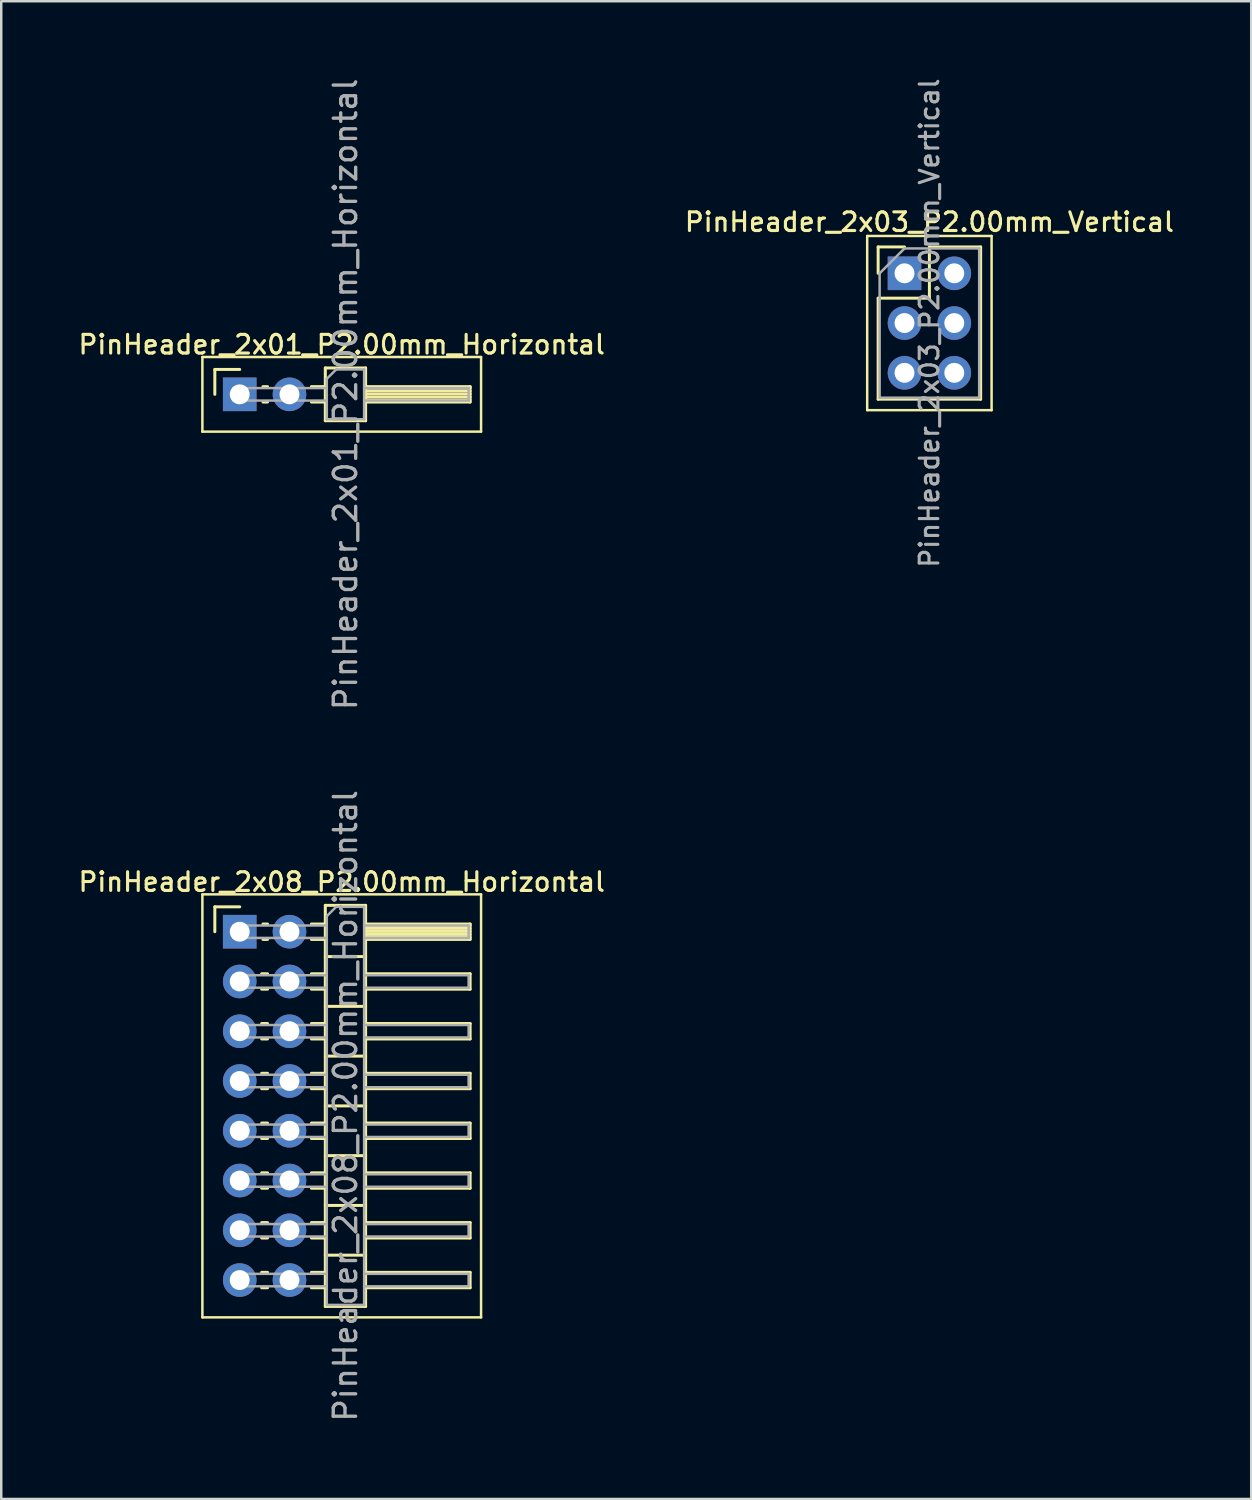
<source format=kicad_pcb>
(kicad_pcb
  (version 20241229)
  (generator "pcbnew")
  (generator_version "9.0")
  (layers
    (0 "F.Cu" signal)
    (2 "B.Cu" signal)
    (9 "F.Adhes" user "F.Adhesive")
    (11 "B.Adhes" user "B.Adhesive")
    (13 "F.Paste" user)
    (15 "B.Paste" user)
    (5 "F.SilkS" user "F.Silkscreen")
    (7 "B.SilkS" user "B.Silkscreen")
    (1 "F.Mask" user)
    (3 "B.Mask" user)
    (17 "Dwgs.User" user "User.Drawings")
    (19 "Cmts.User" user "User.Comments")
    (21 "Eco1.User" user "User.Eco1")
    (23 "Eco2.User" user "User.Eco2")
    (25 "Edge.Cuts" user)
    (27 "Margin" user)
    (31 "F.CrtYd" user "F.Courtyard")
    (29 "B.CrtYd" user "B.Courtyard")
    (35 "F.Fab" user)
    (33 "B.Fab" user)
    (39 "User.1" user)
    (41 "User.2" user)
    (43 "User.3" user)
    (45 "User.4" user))
  (footprint "PinHeader_2x03_P2.00mm_Vertical"
    (layer "F.Cu")
    (at 33.302 7.934)
    (property "Reference" "PinHeader_2x03_P2.00mm_Vertical" (at 1 -2.06 0) (layer "F.SilkS") (effects (font (size 0.75 0.75) (thickness 0.125))))
    (attr through_hole)
    (fp_line (start -1.5 -1.5) (end -1.5 5.5) (stroke (width 0.1) (type solid)) (layer "F.SilkS"))
    (fp_line (start -1.5 5.5) (end 3.5 5.5) (stroke (width 0.1) (type solid)) (layer "F.SilkS"))
    (fp_line (start -1.06 -1.06) (end 0 -1.06) (stroke (width 0.12) (type solid)) (layer "F.SilkS"))
    (fp_line (start -1.06 0) (end -1.06 -1.06) (stroke (width 0.12) (type solid)) (layer "F.SilkS"))
    (fp_line (start -1.06 1) (end -1.06 5.06) (stroke (width 0.12) (type solid)) (layer "F.SilkS"))
    (fp_line (start -1.06 1) (end 1 1) (stroke (width 0.12) (type solid)) (layer "F.SilkS"))
    (fp_line (start -1.06 5.06) (end 3.06 5.06) (stroke (width 0.12) (type solid)) (layer "F.SilkS"))
    (fp_line (start 1 -1.06) (end 3.06 -1.06) (stroke (width 0.12) (type solid)) (layer "F.SilkS"))
    (fp_line (start 1 1) (end 1 -1.06) (stroke (width 0.12) (type solid)) (layer "F.SilkS"))
    (fp_line (start 3.06 -1.06) (end 3.06 5.06) (stroke (width 0.12) (type solid)) (layer "F.SilkS"))
    (fp_line (start 3.5 -1.5) (end -1.5 -1.5) (stroke (width 0.1) (type solid)) (layer "F.SilkS"))
    (fp_line (start 3.5 5.5) (end 3.5 -1.5) (stroke (width 0.1) (type solid)) (layer "F.SilkS"))
    (fp_line (start -1 0) (end 0 -1) (stroke (width 0.1) (type solid)) (layer "F.Fab"))
    (fp_line (start -1 5) (end -1 0) (stroke (width 0.1) (type solid)) (layer "F.Fab"))
    (fp_line (start 0 -1) (end 3 -1) (stroke (width 0.1) (type solid)) (layer "F.Fab"))
    (fp_line (start 3 -1) (end 3 5) (stroke (width 0.1) (type solid)) (layer "F.Fab"))
    (fp_line (start 3 5) (end -1 5) (stroke (width 0.1) (type solid)) (layer "F.Fab"))
    (fp_text user "${REFERENCE}" (at 1 2 90) (layer "F.Fab") (effects (font (size 0.75 0.75) (thickness 0.125))))
    (pad "1" thru_hole rect (at 0 0) (size 1.35 1.35) (drill 0.8) (layers "*.Cu" "*.Mask"))
    (pad "2" thru_hole oval (at 2 0) (size 1.35 1.35) (drill 0.8) (layers "*.Cu" "*.Mask"))
    (pad "3" thru_hole oval (at 0 2) (size 1.35 1.35) (drill 0.8) (layers "*.Cu" "*.Mask"))
    (pad "4" thru_hole oval (at 2 2) (size 1.35 1.35) (drill 0.8) (layers "*.Cu" "*.Mask"))
    (pad "5" thru_hole oval (at 0 4) (size 1.35 1.35) (drill 0.8) (layers "*.Cu" "*.Mask"))
    (pad "6" thru_hole oval (at 2 4) (size 1.35 1.35) (drill 0.8) (layers "*.Cu" "*.Mask")))
  (footprint "PinHeader_2x01_P2.00mm_Horizontal"
    (layer "F.Cu")
    (at 6.584 12.798)
    (property "Reference" "PinHeader_2x01_P2.00mm_Horizontal" (at 4.1 -2 0) (layer "F.SilkS") (effects (font (size 0.75 0.75) (thickness 0.125))))
    (attr through_hole)
    (fp_line (start -1.5 -1.5) (end -1.5 1.5) (stroke (width 0.1) (type solid)) (layer "F.SilkS"))
    (fp_line (start -1.5 1.5) (end 9.7 1.5) (stroke (width 0.1) (type solid)) (layer "F.SilkS"))
    (fp_line (start -1 -1) (end 0 -1) (stroke (width 0.12) (type solid)) (layer "F.SilkS"))
    (fp_line (start -1 0) (end -1 -1) (stroke (width 0.12) (type solid)) (layer "F.SilkS"))
    (fp_line (start 0.935 -0.31) (end 1.118 -0.31) (stroke (width 0.12) (type solid)) (layer "F.SilkS"))
    (fp_line (start 0.935 0.31) (end 1.118 0.31) (stroke (width 0.12) (type solid)) (layer "F.SilkS"))
    (fp_line (start 2.882 -0.31) (end 3.44 -0.31) (stroke (width 0.12) (type solid)) (layer "F.SilkS"))
    (fp_line (start 2.882 0.31) (end 3.44 0.31) (stroke (width 0.12) (type solid)) (layer "F.SilkS"))
    (fp_line (start 3.44 -1.06) (end 3.44 1.06) (stroke (width 0.12) (type solid)) (layer "F.SilkS"))
    (fp_line (start 3.44 1.06) (end 5.06 1.06) (stroke (width 0.12) (type solid)) (layer "F.SilkS"))
    (fp_line (start 5.06 -1.06) (end 3.44 -1.06) (stroke (width 0.12) (type solid)) (layer "F.SilkS"))
    (fp_line (start 5.06 -0.31) (end 9.26 -0.31) (stroke (width 0.12) (type solid)) (layer "F.SilkS"))
    (fp_line (start 5.06 -0.25) (end 9.26 -0.25) (stroke (width 0.12) (type solid)) (layer "F.SilkS"))
    (fp_line (start 5.06 -0.13) (end 9.26 -0.13) (stroke (width 0.12) (type solid)) (layer "F.SilkS"))
    (fp_line (start 5.06 -0.01) (end 9.26 -0.01) (stroke (width 0.12) (type solid)) (layer "F.SilkS"))
    (fp_line (start 5.06 0.11) (end 9.26 0.11) (stroke (width 0.12) (type solid)) (layer "F.SilkS"))
    (fp_line (start 5.06 0.23) (end 9.26 0.23) (stroke (width 0.12) (type solid)) (layer "F.SilkS"))
    (fp_line (start 5.06 1.06) (end 5.06 -1.06) (stroke (width 0.12) (type solid)) (layer "F.SilkS"))
    (fp_line (start 9.26 -0.31) (end 9.26 0.31) (stroke (width 0.12) (type solid)) (layer "F.SilkS"))
    (fp_line (start 9.26 0.31) (end 5.06 0.31) (stroke (width 0.12) (type solid)) (layer "F.SilkS"))
    (fp_line (start 9.7 -1.5) (end -1.5 -1.5) (stroke (width 0.1) (type solid)) (layer "F.SilkS"))
    (fp_line (start 9.7 1.5) (end 9.7 -1.5) (stroke (width 0.1) (type solid)) (layer "F.SilkS"))
    (fp_line (start -0.25 -0.25) (end -0.25 0.25) (stroke (width 0.1) (type solid)) (layer "F.Fab"))
    (fp_line (start -0.25 -0.25) (end 3.5 -0.25) (stroke (width 0.1) (type solid)) (layer "F.Fab"))
    (fp_line (start -0.25 0.25) (end 3.5 0.25) (stroke (width 0.1) (type solid)) (layer "F.Fab"))
    (fp_line (start 3.5 -0.625) (end 3.875 -1) (stroke (width 0.1) (type solid)) (layer "F.Fab"))
    (fp_line (start 3.5 1) (end 3.5 -0.625) (stroke (width 0.1) (type solid)) (layer "F.Fab"))
    (fp_line (start 3.875 -1) (end 5 -1) (stroke (width 0.1) (type solid)) (layer "F.Fab"))
    (fp_line (start 5 -1) (end 5 1) (stroke (width 0.1) (type solid)) (layer "F.Fab"))
    (fp_line (start 5 -0.25) (end 9.2 -0.25) (stroke (width 0.1) (type solid)) (layer "F.Fab"))
    (fp_line (start 5 0.25) (end 9.2 0.25) (stroke (width 0.1) (type solid)) (layer "F.Fab"))
    (fp_line (start 5 1) (end 3.5 1) (stroke (width 0.1) (type solid)) (layer "F.Fab"))
    (fp_line (start 9.2 -0.25) (end 9.2 0.25) (stroke (width 0.1) (type solid)) (layer "F.Fab"))
    (fp_text user "${REFERENCE}" (at 4.25 0 90) (layer "F.Fab") (effects (font (size 0.9 0.9) (thickness 0.135))))
    (pad "1" thru_hole rect (at 0 0) (size 1.35 1.35) (drill 0.8) (layers "*.Cu" "*.Mask"))
    (pad "2" thru_hole oval (at 2 0) (size 1.35 1.35) (drill 0.8) (layers "*.Cu" "*.Mask")))
  (footprint "PinHeader_2x08_P2.00mm_Horizontal"
    (layer "F.Cu")
    (at 6.584 34.395)
    (property "Reference" "PinHeader_2x08_P2.00mm_Horizontal" (at 4.1 -2 0) (layer "F.SilkS") (effects (font (size 0.75 0.75) (thickness 0.125))))
    (attr through_hole)
    (fp_line (start -1.5 -1.5) (end -1.5 15.5) (stroke (width 0.1) (type solid)) (layer "F.SilkS"))
    (fp_line (start -1.5 15.5) (end 9.7 15.5) (stroke (width 0.1) (type solid)) (layer "F.SilkS"))
    (fp_line (start -1 -1) (end 0 -1) (stroke (width 0.12) (type solid)) (layer "F.SilkS"))
    (fp_line (start -1 0) (end -1 -1) (stroke (width 0.12) (type solid)) (layer "F.SilkS"))
    (fp_line (start 0.882 1.69) (end 1.118 1.69) (stroke (width 0.12) (type solid)) (layer "F.SilkS"))
    (fp_line (start 0.882 2.31) (end 1.118 2.31) (stroke (width 0.12) (type solid)) (layer "F.SilkS"))
    (fp_line (start 0.882 3.69) (end 1.118 3.69) (stroke (width 0.12) (type solid)) (layer "F.SilkS"))
    (fp_line (start 0.882 4.31) (end 1.118 4.31) (stroke (width 0.12) (type solid)) (layer "F.SilkS"))
    (fp_line (start 0.882 5.69) (end 1.118 5.69) (stroke (width 0.12) (type solid)) (layer "F.SilkS"))
    (fp_line (start 0.882 6.31) (end 1.118 6.31) (stroke (width 0.12) (type solid)) (layer "F.SilkS"))
    (fp_line (start 0.882 7.69) (end 1.118 7.69) (stroke (width 0.12) (type solid)) (layer "F.SilkS"))
    (fp_line (start 0.882 8.31) (end 1.118 8.31) (stroke (width 0.12) (type solid)) (layer "F.SilkS"))
    (fp_line (start 0.882 9.69) (end 1.118 9.69) (stroke (width 0.12) (type solid)) (layer "F.SilkS"))
    (fp_line (start 0.882 10.31) (end 1.118 10.31) (stroke (width 0.12) (type solid)) (layer "F.SilkS"))
    (fp_line (start 0.882 11.69) (end 1.118 11.69) (stroke (width 0.12) (type solid)) (layer "F.SilkS"))
    (fp_line (start 0.882 12.31) (end 1.118 12.31) (stroke (width 0.12) (type solid)) (layer "F.SilkS"))
    (fp_line (start 0.882 13.69) (end 1.118 13.69) (stroke (width 0.12) (type solid)) (layer "F.SilkS"))
    (fp_line (start 0.882 14.31) (end 1.118 14.31) (stroke (width 0.12) (type solid)) (layer "F.SilkS"))
    (fp_line (start 0.935 -0.31) (end 1.118 -0.31) (stroke (width 0.12) (type solid)) (layer "F.SilkS"))
    (fp_line (start 0.935 0.31) (end 1.118 0.31) (stroke (width 0.12) (type solid)) (layer "F.SilkS"))
    (fp_line (start 2.882 -0.31) (end 3.44 -0.31) (stroke (width 0.12) (type solid)) (layer "F.SilkS"))
    (fp_line (start 2.882 0.31) (end 3.44 0.31) (stroke (width 0.12) (type solid)) (layer "F.SilkS"))
    (fp_line (start 2.882 1.69) (end 3.44 1.69) (stroke (width 0.12) (type solid)) (layer "F.SilkS"))
    (fp_line (start 2.882 2.31) (end 3.44 2.31) (stroke (width 0.12) (type solid)) (layer "F.SilkS"))
    (fp_line (start 2.882 3.69) (end 3.44 3.69) (stroke (width 0.12) (type solid)) (layer "F.SilkS"))
    (fp_line (start 2.882 4.31) (end 3.44 4.31) (stroke (width 0.12) (type solid)) (layer "F.SilkS"))
    (fp_line (start 2.882 5.69) (end 3.44 5.69) (stroke (width 0.12) (type solid)) (layer "F.SilkS"))
    (fp_line (start 2.882 6.31) (end 3.44 6.31) (stroke (width 0.12) (type solid)) (layer "F.SilkS"))
    (fp_line (start 2.882 7.69) (end 3.44 7.69) (stroke (width 0.12) (type solid)) (layer "F.SilkS"))
    (fp_line (start 2.882 8.31) (end 3.44 8.31) (stroke (width 0.12) (type solid)) (layer "F.SilkS"))
    (fp_line (start 2.882 9.69) (end 3.44 9.69) (stroke (width 0.12) (type solid)) (layer "F.SilkS"))
    (fp_line (start 2.882 10.31) (end 3.44 10.31) (stroke (width 0.12) (type solid)) (layer "F.SilkS"))
    (fp_line (start 2.882 11.69) (end 3.44 11.69) (stroke (width 0.12) (type solid)) (layer "F.SilkS"))
    (fp_line (start 2.882 12.31) (end 3.44 12.31) (stroke (width 0.12) (type solid)) (layer "F.SilkS"))
    (fp_line (start 2.882 13.69) (end 3.44 13.69) (stroke (width 0.12) (type solid)) (layer "F.SilkS"))
    (fp_line (start 2.882 14.31) (end 3.44 14.31) (stroke (width 0.12) (type solid)) (layer "F.SilkS"))
    (fp_line (start 3.44 -1.06) (end 3.44 15.06) (stroke (width 0.12) (type solid)) (layer "F.SilkS"))
    (fp_line (start 3.44 1) (end 5.06 1) (stroke (width 0.12) (type solid)) (layer "F.SilkS"))
    (fp_line (start 3.44 3) (end 5.06 3) (stroke (width 0.12) (type solid)) (layer "F.SilkS"))
    (fp_line (start 3.44 5) (end 5.06 5) (stroke (width 0.12) (type solid)) (layer "F.SilkS"))
    (fp_line (start 3.44 7) (end 5.06 7) (stroke (width 0.12) (type solid)) (layer "F.SilkS"))
    (fp_line (start 3.44 9) (end 5.06 9) (stroke (width 0.12) (type solid)) (layer "F.SilkS"))
    (fp_line (start 3.44 11) (end 5.06 11) (stroke (width 0.12) (type solid)) (layer "F.SilkS"))
    (fp_line (start 3.44 13) (end 5.06 13) (stroke (width 0.12) (type solid)) (layer "F.SilkS"))
    (fp_line (start 3.44 15.06) (end 5.06 15.06) (stroke (width 0.12) (type solid)) (layer "F.SilkS"))
    (fp_line (start 5.06 -1.06) (end 3.44 -1.06) (stroke (width 0.12) (type solid)) (layer "F.SilkS"))
    (fp_line (start 5.06 -0.31) (end 9.26 -0.31) (stroke (width 0.12) (type solid)) (layer "F.SilkS"))
    (fp_line (start 5.06 -0.25) (end 9.26 -0.25) (stroke (width 0.12) (type solid)) (layer "F.SilkS"))
    (fp_line (start 5.06 -0.13) (end 9.26 -0.13) (stroke (width 0.12) (type solid)) (layer "F.SilkS"))
    (fp_line (start 5.06 -0.01) (end 9.26 -0.01) (stroke (width 0.12) (type solid)) (layer "F.SilkS"))
    (fp_line (start 5.06 0.11) (end 9.26 0.11) (stroke (width 0.12) (type solid)) (layer "F.SilkS"))
    (fp_line (start 5.06 0.23) (end 9.26 0.23) (stroke (width 0.12) (type solid)) (layer "F.SilkS"))
    (fp_line (start 5.06 1.69) (end 9.26 1.69) (stroke (width 0.12) (type solid)) (layer "F.SilkS"))
    (fp_line (start 5.06 3.69) (end 9.26 3.69) (stroke (width 0.12) (type solid)) (layer "F.SilkS"))
    (fp_line (start 5.06 5.69) (end 9.26 5.69) (stroke (width 0.12) (type solid)) (layer "F.SilkS"))
    (fp_line (start 5.06 7.69) (end 9.26 7.69) (stroke (width 0.12) (type solid)) (layer "F.SilkS"))
    (fp_line (start 5.06 9.69) (end 9.26 9.69) (stroke (width 0.12) (type solid)) (layer "F.SilkS"))
    (fp_line (start 5.06 11.69) (end 9.26 11.69) (stroke (width 0.12) (type solid)) (layer "F.SilkS"))
    (fp_line (start 5.06 13.69) (end 9.26 13.69) (stroke (width 0.12) (type solid)) (layer "F.SilkS"))
    (fp_line (start 5.06 15.06) (end 5.06 -1.06) (stroke (width 0.12) (type solid)) (layer "F.SilkS"))
    (fp_line (start 9.26 -0.31) (end 9.26 0.31) (stroke (width 0.12) (type solid)) (layer "F.SilkS"))
    (fp_line (start 9.26 0.31) (end 5.06 0.31) (stroke (width 0.12) (type solid)) (layer "F.SilkS"))
    (fp_line (start 9.26 1.69) (end 9.26 2.31) (stroke (width 0.12) (type solid)) (layer "F.SilkS"))
    (fp_line (start 9.26 2.31) (end 5.06 2.31) (stroke (width 0.12) (type solid)) (layer "F.SilkS"))
    (fp_line (start 9.26 3.69) (end 9.26 4.31) (stroke (width 0.12) (type solid)) (layer "F.SilkS"))
    (fp_line (start 9.26 4.31) (end 5.06 4.31) (stroke (width 0.12) (type solid)) (layer "F.SilkS"))
    (fp_line (start 9.26 5.69) (end 9.26 6.31) (stroke (width 0.12) (type solid)) (layer "F.SilkS"))
    (fp_line (start 9.26 6.31) (end 5.06 6.31) (stroke (width 0.12) (type solid)) (layer "F.SilkS"))
    (fp_line (start 9.26 7.69) (end 9.26 8.31) (stroke (width 0.12) (type solid)) (layer "F.SilkS"))
    (fp_line (start 9.26 8.31) (end 5.06 8.31) (stroke (width 0.12) (type solid)) (layer "F.SilkS"))
    (fp_line (start 9.26 9.69) (end 9.26 10.31) (stroke (width 0.12) (type solid)) (layer "F.SilkS"))
    (fp_line (start 9.26 10.31) (end 5.06 10.31) (stroke (width 0.12) (type solid)) (layer "F.SilkS"))
    (fp_line (start 9.26 11.69) (end 9.26 12.31) (stroke (width 0.12) (type solid)) (layer "F.SilkS"))
    (fp_line (start 9.26 12.31) (end 5.06 12.31) (stroke (width 0.12) (type solid)) (layer "F.SilkS"))
    (fp_line (start 9.26 13.69) (end 9.26 14.31) (stroke (width 0.12) (type solid)) (layer "F.SilkS"))
    (fp_line (start 9.26 14.31) (end 5.06 14.31) (stroke (width 0.12) (type solid)) (layer "F.SilkS"))
    (fp_line (start 9.7 -1.5) (end -1.5 -1.5) (stroke (width 0.1) (type solid)) (layer "F.SilkS"))
    (fp_line (start 9.7 15.5) (end 9.7 -1.5) (stroke (width 0.1) (type solid)) (layer "F.SilkS"))
    (fp_line (start -0.25 -0.25) (end -0.25 0.25) (stroke (width 0.1) (type solid)) (layer "F.Fab"))
    (fp_line (start -0.25 -0.25) (end 3.5 -0.25) (stroke (width 0.1) (type solid)) (layer "F.Fab"))
    (fp_line (start -0.25 0.25) (end 3.5 0.25) (stroke (width 0.1) (type solid)) (layer "F.Fab"))
    (fp_line (start -0.25 1.75) (end -0.25 2.25) (stroke (width 0.1) (type solid)) (layer "F.Fab"))
    (fp_line (start -0.25 1.75) (end 3.5 1.75) (stroke (width 0.1) (type solid)) (layer "F.Fab"))
    (fp_line (start -0.25 2.25) (end 3.5 2.25) (stroke (width 0.1) (type solid)) (layer "F.Fab"))
    (fp_line (start -0.25 3.75) (end -0.25 4.25) (stroke (width 0.1) (type solid)) (layer "F.Fab"))
    (fp_line (start -0.25 3.75) (end 3.5 3.75) (stroke (width 0.1) (type solid)) (layer "F.Fab"))
    (fp_line (start -0.25 4.25) (end 3.5 4.25) (stroke (width 0.1) (type solid)) (layer "F.Fab"))
    (fp_line (start -0.25 5.75) (end -0.25 6.25) (stroke (width 0.1) (type solid)) (layer "F.Fab"))
    (fp_line (start -0.25 5.75) (end 3.5 5.75) (stroke (width 0.1) (type solid)) (layer "F.Fab"))
    (fp_line (start -0.25 6.25) (end 3.5 6.25) (stroke (width 0.1) (type solid)) (layer "F.Fab"))
    (fp_line (start -0.25 7.75) (end -0.25 8.25) (stroke (width 0.1) (type solid)) (layer "F.Fab"))
    (fp_line (start -0.25 7.75) (end 3.5 7.75) (stroke (width 0.1) (type solid)) (layer "F.Fab"))
    (fp_line (start -0.25 8.25) (end 3.5 8.25) (stroke (width 0.1) (type solid)) (layer "F.Fab"))
    (fp_line (start -0.25 9.75) (end -0.25 10.25) (stroke (width 0.1) (type solid)) (layer "F.Fab"))
    (fp_line (start -0.25 9.75) (end 3.5 9.75) (stroke (width 0.1) (type solid)) (layer "F.Fab"))
    (fp_line (start -0.25 10.25) (end 3.5 10.25) (stroke (width 0.1) (type solid)) (layer "F.Fab"))
    (fp_line (start -0.25 11.75) (end -0.25 12.25) (stroke (width 0.1) (type solid)) (layer "F.Fab"))
    (fp_line (start -0.25 11.75) (end 3.5 11.75) (stroke (width 0.1) (type solid)) (layer "F.Fab"))
    (fp_line (start -0.25 12.25) (end 3.5 12.25) (stroke (width 0.1) (type solid)) (layer "F.Fab"))
    (fp_line (start -0.25 13.75) (end -0.25 14.25) (stroke (width 0.1) (type solid)) (layer "F.Fab"))
    (fp_line (start -0.25 13.75) (end 3.5 13.75) (stroke (width 0.1) (type solid)) (layer "F.Fab"))
    (fp_line (start -0.25 14.25) (end 3.5 14.25) (stroke (width 0.1) (type solid)) (layer "F.Fab"))
    (fp_line (start 3.5 -0.625) (end 3.875 -1) (stroke (width 0.1) (type solid)) (layer "F.Fab"))
    (fp_line (start 3.5 15) (end 3.5 -0.625) (stroke (width 0.1) (type solid)) (layer "F.Fab"))
    (fp_line (start 3.875 -1) (end 5 -1) (stroke (width 0.1) (type solid)) (layer "F.Fab"))
    (fp_line (start 5 -1) (end 5 15) (stroke (width 0.1) (type solid)) (layer "F.Fab"))
    (fp_line (start 5 -0.25) (end 9.2 -0.25) (stroke (width 0.1) (type solid)) (layer "F.Fab"))
    (fp_line (start 5 0.25) (end 9.2 0.25) (stroke (width 0.1) (type solid)) (layer "F.Fab"))
    (fp_line (start 5 1.75) (end 9.2 1.75) (stroke (width 0.1) (type solid)) (layer "F.Fab"))
    (fp_line (start 5 2.25) (end 9.2 2.25) (stroke (width 0.1) (type solid)) (layer "F.Fab"))
    (fp_line (start 5 3.75) (end 9.2 3.75) (stroke (width 0.1) (type solid)) (layer "F.Fab"))
    (fp_line (start 5 4.25) (end 9.2 4.25) (stroke (width 0.1) (type solid)) (layer "F.Fab"))
    (fp_line (start 5 5.75) (end 9.2 5.75) (stroke (width 0.1) (type solid)) (layer "F.Fab"))
    (fp_line (start 5 6.25) (end 9.2 6.25) (stroke (width 0.1) (type solid)) (layer "F.Fab"))
    (fp_line (start 5 7.75) (end 9.2 7.75) (stroke (width 0.1) (type solid)) (layer "F.Fab"))
    (fp_line (start 5 8.25) (end 9.2 8.25) (stroke (width 0.1) (type solid)) (layer "F.Fab"))
    (fp_line (start 5 9.75) (end 9.2 9.75) (stroke (width 0.1) (type solid)) (layer "F.Fab"))
    (fp_line (start 5 10.25) (end 9.2 10.25) (stroke (width 0.1) (type solid)) (layer "F.Fab"))
    (fp_line (start 5 11.75) (end 9.2 11.75) (stroke (width 0.1) (type solid)) (layer "F.Fab"))
    (fp_line (start 5 12.25) (end 9.2 12.25) (stroke (width 0.1) (type solid)) (layer "F.Fab"))
    (fp_line (start 5 13.75) (end 9.2 13.75) (stroke (width 0.1) (type solid)) (layer "F.Fab"))
    (fp_line (start 5 14.25) (end 9.2 14.25) (stroke (width 0.1) (type solid)) (layer "F.Fab"))
    (fp_line (start 5 15) (end 3.5 15) (stroke (width 0.1) (type solid)) (layer "F.Fab"))
    (fp_line (start 9.2 -0.25) (end 9.2 0.25) (stroke (width 0.1) (type solid)) (layer "F.Fab"))
    (fp_line (start 9.2 1.75) (end 9.2 2.25) (stroke (width 0.1) (type solid)) (layer "F.Fab"))
    (fp_line (start 9.2 3.75) (end 9.2 4.25) (stroke (width 0.1) (type solid)) (layer "F.Fab"))
    (fp_line (start 9.2 5.75) (end 9.2 6.25) (stroke (width 0.1) (type solid)) (layer "F.Fab"))
    (fp_line (start 9.2 7.75) (end 9.2 8.25) (stroke (width 0.1) (type solid)) (layer "F.Fab"))
    (fp_line (start 9.2 9.75) (end 9.2 10.25) (stroke (width 0.1) (type solid)) (layer "F.Fab"))
    (fp_line (start 9.2 11.75) (end 9.2 12.25) (stroke (width 0.1) (type solid)) (layer "F.Fab"))
    (fp_line (start 9.2 13.75) (end 9.2 14.25) (stroke (width 0.1) (type solid)) (layer "F.Fab"))
    (fp_text user "${REFERENCE}" (at 4.25 7 90) (layer "F.Fab") (effects (font (size 0.9 0.9) (thickness 0.135))))
    (pad "1" thru_hole rect (at 0 0) (size 1.35 1.35) (drill 0.8) (layers "*.Cu" "*.Mask"))
    (pad "2" thru_hole oval (at 2 0) (size 1.35 1.35) (drill 0.8) (layers "*.Cu" "*.Mask"))
    (pad "3" thru_hole oval (at 0 2) (size 1.35 1.35) (drill 0.8) (layers "*.Cu" "*.Mask"))
    (pad "4" thru_hole oval (at 2 2) (size 1.35 1.35) (drill 0.8) (layers "*.Cu" "*.Mask"))
    (pad "5" thru_hole oval (at 0 4) (size 1.35 1.35) (drill 0.8) (layers "*.Cu" "*.Mask"))
    (pad "6" thru_hole oval (at 2 4) (size 1.35 1.35) (drill 0.8) (layers "*.Cu" "*.Mask"))
    (pad "7" thru_hole oval (at 0 6) (size 1.35 1.35) (drill 0.8) (layers "*.Cu" "*.Mask"))
    (pad "8" thru_hole oval (at 2 6) (size 1.35 1.35) (drill 0.8) (layers "*.Cu" "*.Mask"))
    (pad "9" thru_hole oval (at 0 8) (size 1.35 1.35) (drill 0.8) (layers "*.Cu" "*.Mask"))
    (pad "10" thru_hole oval (at 2 8) (size 1.35 1.35) (drill 0.8) (layers "*.Cu" "*.Mask"))
    (pad "11" thru_hole oval (at 0 10) (size 1.35 1.35) (drill 0.8) (layers "*.Cu" "*.Mask"))
    (pad "12" thru_hole oval (at 2 10) (size 1.35 1.35) (drill 0.8) (layers "*.Cu" "*.Mask"))
    (pad "13" thru_hole oval (at 0 12) (size 1.35 1.35) (drill 0.8) (layers "*.Cu" "*.Mask"))
    (pad "14" thru_hole oval (at 2 12) (size 1.35 1.35) (drill 0.8) (layers "*.Cu" "*.Mask"))
    (pad "15" thru_hole oval (at 0 14) (size 1.35 1.35) (drill 0.8) (layers "*.Cu" "*.Mask"))
    (pad "16" thru_hole oval (at 2 14) (size 1.35 1.35) (drill 0.8) (layers "*.Cu" "*.Mask")))
  (gr_rect
    (start -3 -3)
    (end 47.236 57.193)
    (stroke (width 0.1) (type default))
    (fill no)
    (layer "Edge.Cuts")))
</source>
